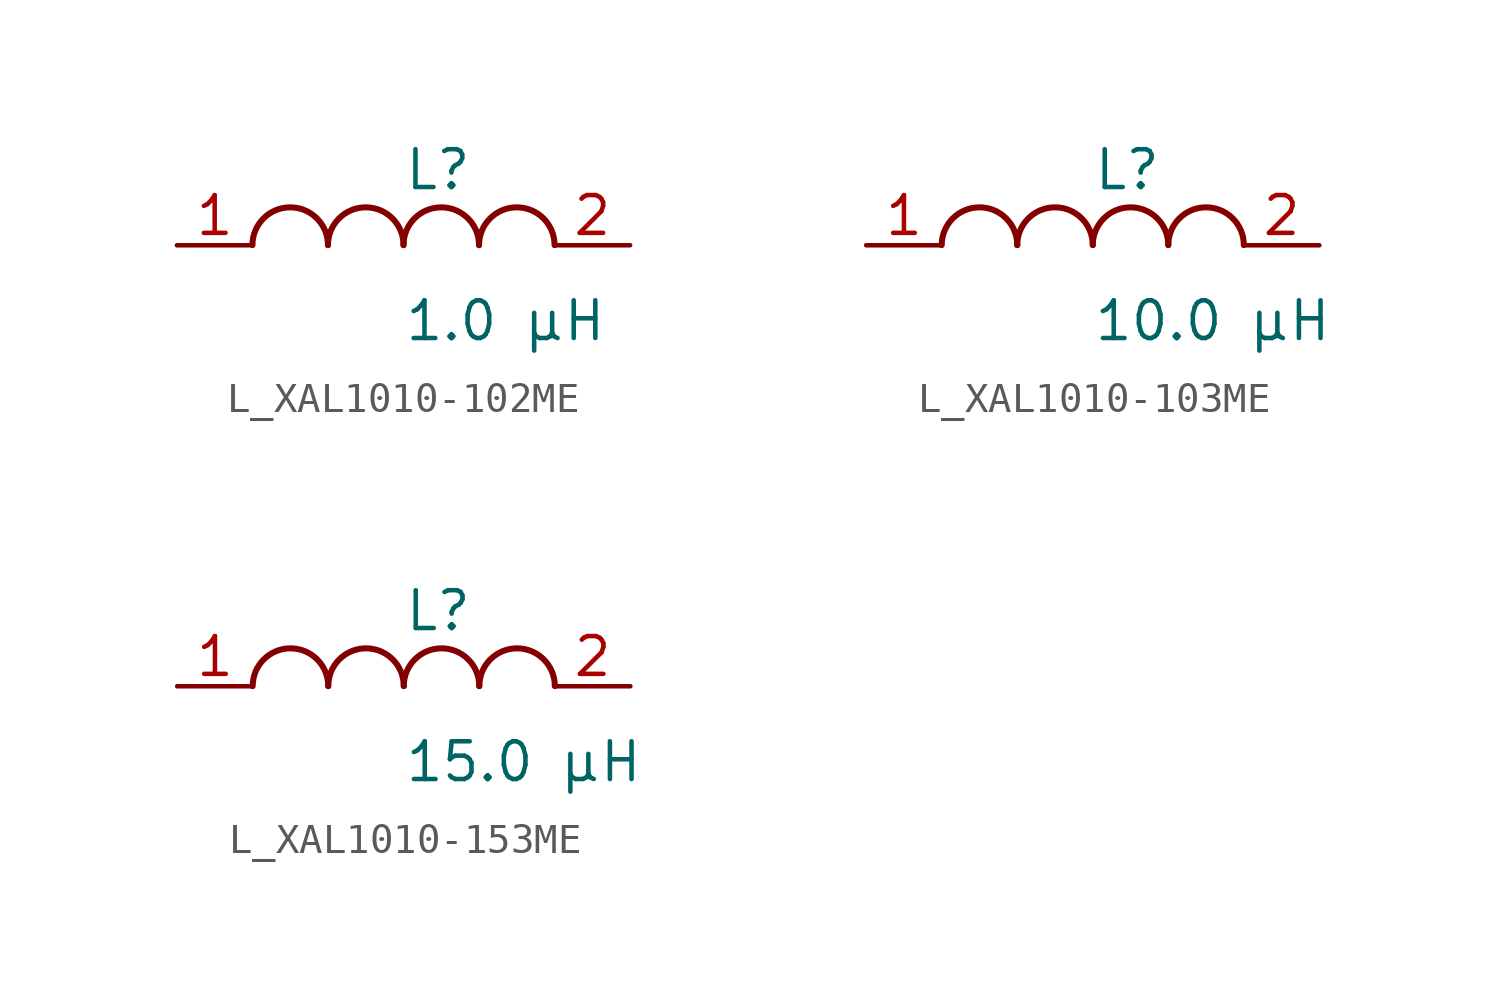
<source format=kicad_sym>
(kicad_symbol_lib
  (version 20231120)
  (generator kicad_symbol_editor)
  (generator_version 8.0)
  (symbol "L_XAL1010-102ME"
    (pin_names
      (offset 0.254))
    (property "Reference" "L"
      (at 0 2.54 0)
      (effects (font (size 1.27 1.27)) (justify left)))
    (property "Value" "1.0 µH"
      (at 0 -2.54 0)
      (effects (font (size 1.27 1.27)) (justify left)))
    (symbol "L_XAL1010-102ME_1_1"
      (arc (start -2.54 0.0056) (mid -3.81 1.27) (end -5.08 0.0056) (stroke (width 0.2032) (type default)) (fill (type none)))
      (arc (start 0 0.0056) (mid -1.27 1.27) (end -2.54 0.0056) (stroke (width 0.2032) (type default)) (fill (type none)))
      (arc (start 2.54 0.0056) (mid 1.27 1.27) (end 0 0.0056) (stroke (width 0.2032) (type default)) (fill (type none)))
      (arc (start 5.08 0.0056) (mid 3.81 1.27) (end 2.54 0.0056) (stroke (width 0.2032) (type default)) (fill (type none)))
      (pin unspecified line (at -7.62 0 0) (length 2.54) (name "" (effects (font (size 1.27 1.27)))) (number "1" (effects (font (size 1.27 1.27)))))
      (pin unspecified line (at 7.62 0 180) (length 2.54) (name "" (effects (font (size 1.27 1.27)))) (number "2" (effects (font (size 1.27 1.27)))))))
  (symbol "L_XAL1010-103ME"
    (pin_names
      (offset 0.254))
    (property "Reference" "L"
      (at 0 2.54 0)
      (effects (font (size 1.27 1.27)) (justify left)))
    (property "Value" "10.0 µH"
      (at 0 -2.54 0)
      (effects (font (size 1.27 1.27)) (justify left)))
    (symbol "L_XAL1010-103ME_1_1"
      (arc (start -2.54 0.0056) (mid -3.81 1.27) (end -5.08 0.0056) (stroke (width 0.2032) (type default)) (fill (type none)))
      (arc (start 0 0.0056) (mid -1.27 1.27) (end -2.54 0.0056) (stroke (width 0.2032) (type default)) (fill (type none)))
      (arc (start 2.54 0.0056) (mid 1.27 1.27) (end 0 0.0056) (stroke (width 0.2032) (type default)) (fill (type none)))
      (arc (start 5.08 0.0056) (mid 3.81 1.27) (end 2.54 0.0056) (stroke (width 0.2032) (type default)) (fill (type none)))
      (pin unspecified line (at -7.62 0 0) (length 2.54) (name "" (effects (font (size 1.27 1.27)))) (number "1" (effects (font (size 1.27 1.27)))))
      (pin unspecified line (at 7.62 0 180) (length 2.54) (name "" (effects (font (size 1.27 1.27)))) (number "2" (effects (font (size 1.27 1.27)))))))
  (symbol "L_XAL1010-153ME"
    (pin_names
      (offset 0.254))
    (property "Reference" "L"
      (at 0 2.54 0)
      (effects (font (size 1.27 1.27)) (justify left)))
    (property "Value" "15.0 µH"
      (at 0 -2.54 0)
      (effects (font (size 1.27 1.27)) (justify left)))
    (symbol "L_XAL1010-153ME_1_1"
      (arc (start -2.54 0.0056) (mid -3.81 1.27) (end -5.08 0.0056) (stroke (width 0.2032) (type default)) (fill (type none)))
      (arc (start 0 0.0056) (mid -1.27 1.27) (end -2.54 0.0056) (stroke (width 0.2032) (type default)) (fill (type none)))
      (arc (start 2.54 0.0056) (mid 1.27 1.27) (end 0 0.0056) (stroke (width 0.2032) (type default)) (fill (type none)))
      (arc (start 5.08 0.0056) (mid 3.81 1.27) (end 2.54 0.0056) (stroke (width 0.2032) (type default)) (fill (type none)))
      (pin unspecified line (at -7.62 0 0) (length 2.54) (name "" (effects (font (size 1.27 1.27)))) (number "1" (effects (font (size 1.27 1.27)))))
      (pin unspecified line (at 7.62 0 180) (length 2.54) (name "" (effects (font (size 1.27 1.27)))) (number "2" (effects (font (size 1.27 1.27))))))))
</source>
